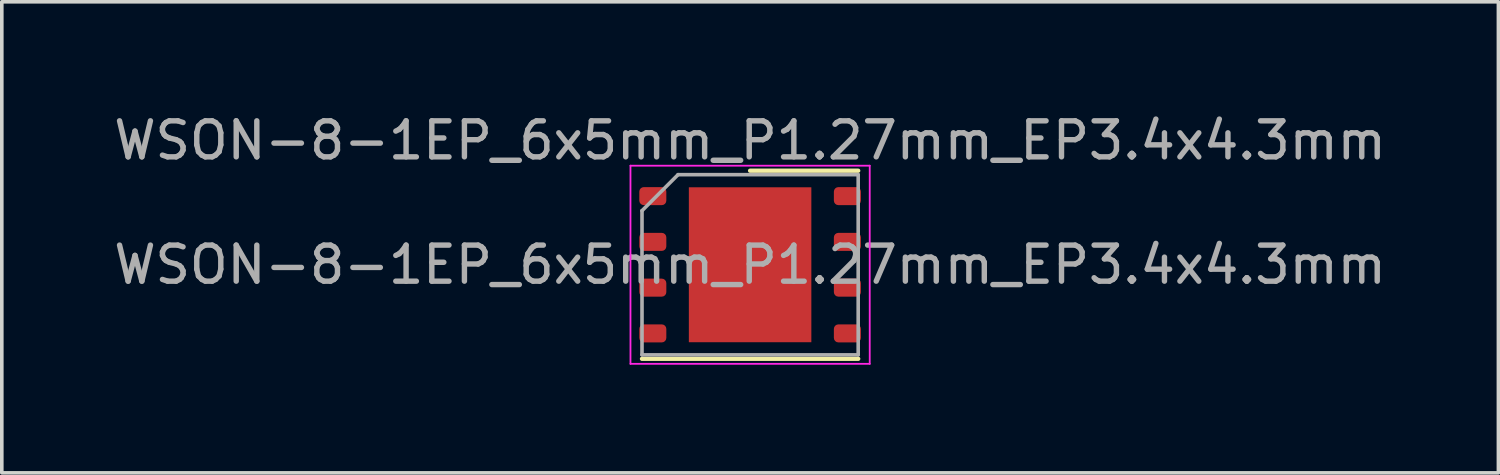
<source format=kicad_pcb>
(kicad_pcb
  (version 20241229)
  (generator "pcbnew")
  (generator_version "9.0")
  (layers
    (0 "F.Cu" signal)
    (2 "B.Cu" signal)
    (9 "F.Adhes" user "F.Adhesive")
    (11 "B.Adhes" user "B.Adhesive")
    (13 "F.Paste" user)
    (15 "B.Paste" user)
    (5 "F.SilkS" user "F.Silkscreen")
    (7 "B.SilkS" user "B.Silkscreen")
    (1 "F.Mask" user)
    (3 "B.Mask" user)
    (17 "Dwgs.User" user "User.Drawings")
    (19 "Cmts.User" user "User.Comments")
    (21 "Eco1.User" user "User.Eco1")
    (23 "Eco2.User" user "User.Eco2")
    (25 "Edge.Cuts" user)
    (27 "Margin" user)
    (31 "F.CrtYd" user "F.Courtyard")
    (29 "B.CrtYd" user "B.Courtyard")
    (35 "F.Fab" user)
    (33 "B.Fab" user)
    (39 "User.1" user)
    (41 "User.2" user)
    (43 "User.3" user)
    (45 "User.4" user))
  (footprint "WSON-8-1EP_6x5mm_P1.27mm_EP3.4x4.3mm"
    (layer "F.Cu")
    (at 17.768 4.298)
    (property "Reference" "WSON-8-1EP_6x5mm_P1.27mm_EP3.4x4.3mm" (at 0 -3.45 0) (layer "F.Fab") (effects (font (size 1 1) (thickness 0.15))))
    (attr smd)
    (fp_line (start -3 2.61) (end 3 2.61) (stroke (width 0.12) (type solid)) (layer "F.SilkS"))
    (fp_line (start 0 -2.61) (end 3 -2.61) (stroke (width 0.12) (type solid)) (layer "F.SilkS"))
    (fp_line (start -3.32 -2.75) (end -3.32 2.75) (stroke (width 0.05) (type solid)) (layer "F.CrtYd"))
    (fp_line (start -3.32 2.75) (end 3.32 2.75) (stroke (width 0.05) (type solid)) (layer "F.CrtYd"))
    (fp_line (start 3.32 -2.75) (end -3.32 -2.75) (stroke (width 0.05) (type solid)) (layer "F.CrtYd"))
    (fp_line (start 3.32 2.75) (end 3.32 -2.75) (stroke (width 0.05) (type solid)) (layer "F.CrtYd"))
    (fp_line (start -3 -1.5) (end -2 -2.5) (stroke (width 0.1) (type solid)) (layer "F.Fab"))
    (fp_line (start -3 2.5) (end -3 -1.5) (stroke (width 0.1) (type solid)) (layer "F.Fab"))
    (fp_line (start -2 -2.5) (end 3 -2.5) (stroke (width 0.1) (type solid)) (layer "F.Fab"))
    (fp_line (start 3 -2.5) (end 3 2.5) (stroke (width 0.1) (type solid)) (layer "F.Fab"))
    (fp_line (start 3 2.5) (end -3 2.5) (stroke (width 0.1) (type solid)) (layer "F.Fab"))
    (fp_text user "${REFERENCE}" (at 0 0 0) (layer "F.Fab") (effects (font (size 1 1) (thickness 0.15))))
    (pad "" smd roundrect (at -0.85 -1.075) (size 1.37 1.73) (layers "F.Paste") (roundrect_rratio 0.182))
    (pad "" smd roundrect (at -0.85 1.075) (size 1.37 1.73) (layers "F.Paste") (roundrect_rratio 0.182))
    (pad "" smd roundrect (at 0.85 -1.075) (size 1.37 1.73) (layers "F.Paste") (roundrect_rratio 0.182))
    (pad "" smd roundrect (at 0.85 1.075) (size 1.37 1.73) (layers "F.Paste") (roundrect_rratio 0.182))
    (pad "1" smd roundrect (at -2.7 -1.905) (size 0.75 0.5) (layers "F.Cu" "F.Mask" "F.Paste") (roundrect_rratio 0.25))
    (pad "2" smd roundrect (at -2.7 -0.635) (size 0.75 0.5) (layers "F.Cu" "F.Mask" "F.Paste") (roundrect_rratio 0.25))
    (pad "3" smd roundrect (at -2.7 0.635) (size 0.75 0.5) (layers "F.Cu" "F.Mask" "F.Paste") (roundrect_rratio 0.25))
    (pad "4" smd roundrect (at -2.7 1.905) (size 0.75 0.5) (layers "F.Cu" "F.Mask" "F.Paste") (roundrect_rratio 0.25))
    (pad "5" smd roundrect (at 2.7 1.905) (size 0.75 0.5) (layers "F.Cu" "F.Mask" "F.Paste") (roundrect_rratio 0.25))
    (pad "6" smd roundrect (at 2.7 0.635) (size 0.75 0.5) (layers "F.Cu" "F.Mask" "F.Paste") (roundrect_rratio 0.25))
    (pad "7" smd roundrect (at 2.7 -0.635) (size 0.75 0.5) (layers "F.Cu" "F.Mask" "F.Paste") (roundrect_rratio 0.25))
    (pad "8" smd roundrect (at 2.7 -1.905) (size 0.75 0.5) (layers "F.Cu" "F.Mask" "F.Paste") (roundrect_rratio 0.25))
    (pad "9" smd rect (at 0 0) (size 3.4 4.3) (layers "F.Cu" "F.Mask")))
  (gr_rect
    (start -3 -3)
    (end 38.536 10.073)
    (stroke (width 0.1) (type default))
    (fill no)
    (layer "Edge.Cuts")))
</source>
